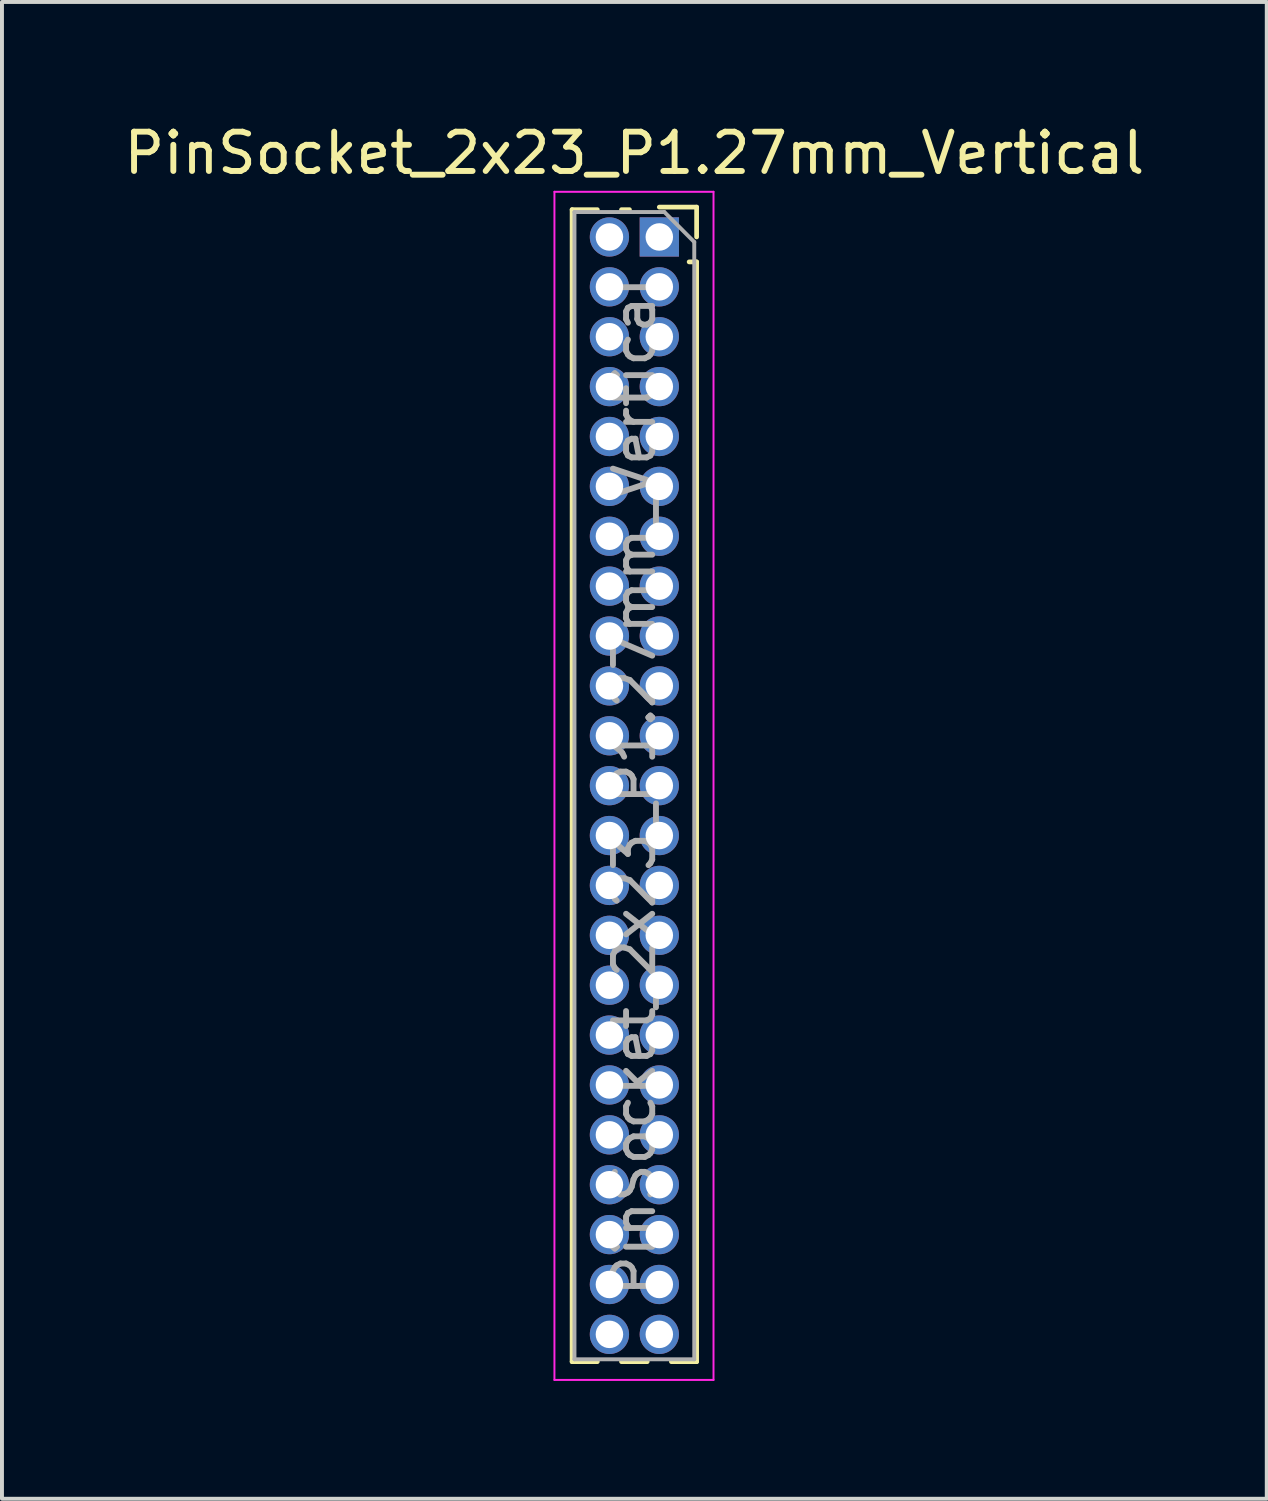
<source format=kicad_pcb>
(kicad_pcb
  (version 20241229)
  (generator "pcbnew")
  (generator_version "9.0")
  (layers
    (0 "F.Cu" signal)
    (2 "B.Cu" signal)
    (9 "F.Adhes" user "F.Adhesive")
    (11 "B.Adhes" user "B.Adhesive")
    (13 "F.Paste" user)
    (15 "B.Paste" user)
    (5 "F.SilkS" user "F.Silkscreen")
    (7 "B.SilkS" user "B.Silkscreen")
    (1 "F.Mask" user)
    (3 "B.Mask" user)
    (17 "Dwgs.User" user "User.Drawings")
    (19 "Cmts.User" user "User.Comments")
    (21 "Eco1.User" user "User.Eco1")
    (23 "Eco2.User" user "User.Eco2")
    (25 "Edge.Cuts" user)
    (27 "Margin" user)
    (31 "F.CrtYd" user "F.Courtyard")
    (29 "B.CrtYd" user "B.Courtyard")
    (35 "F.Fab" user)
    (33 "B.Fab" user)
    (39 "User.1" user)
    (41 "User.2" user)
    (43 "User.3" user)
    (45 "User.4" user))
  (footprint "PinSocket_2x23_P1.27mm_Vertical"
    (layer "F.Cu")
    (at 13.736 2.983)
    (property "Reference" "PinSocket_2x23_P1.27mm_Vertical" (at -0.635 -2.135 0) (layer "F.SilkS") (effects (font (size 1 1) (thickness 0.15))))
    (attr through_hole)
    (fp_line (start -2.22 -0.695) (end -2.22 28.635) (stroke (width 0.12) (type solid)) (layer "F.SilkS"))
    (fp_line (start -2.22 -0.695) (end -1.578 -0.695) (stroke (width 0.12) (type solid)) (layer "F.SilkS"))
    (fp_line (start -2.22 28.635) (end -1.578 28.635) (stroke (width 0.12) (type solid)) (layer "F.SilkS"))
    (fp_line (start -0.962 -0.695) (end -0.76 -0.695) (stroke (width 0.12) (type solid)) (layer "F.SilkS"))
    (fp_line (start -0.962 28.635) (end -0.308 28.635) (stroke (width 0.12) (type solid)) (layer "F.SilkS"))
    (fp_line (start 0 -0.76) (end 0.95 -0.76) (stroke (width 0.12) (type solid)) (layer "F.SilkS"))
    (fp_line (start 0.308 28.635) (end 0.95 28.635) (stroke (width 0.12) (type solid)) (layer "F.SilkS"))
    (fp_line (start 0.76 0.635) (end 0.95 0.635) (stroke (width 0.12) (type solid)) (layer "F.SilkS"))
    (fp_line (start 0.95 -0.76) (end 0.95 0) (stroke (width 0.12) (type solid)) (layer "F.SilkS"))
    (fp_line (start 0.95 0.635) (end 0.95 28.635) (stroke (width 0.12) (type solid)) (layer "F.SilkS"))
    (fp_line (start -2.67 -1.15) (end 1.38 -1.15) (stroke (width 0.05) (type solid)) (layer "F.CrtYd"))
    (fp_line (start -2.67 29.1) (end -2.67 -1.15) (stroke (width 0.05) (type solid)) (layer "F.CrtYd"))
    (fp_line (start 1.38 -1.15) (end 1.38 29.1) (stroke (width 0.05) (type solid)) (layer "F.CrtYd"))
    (fp_line (start 1.38 29.1) (end -2.67 29.1) (stroke (width 0.05) (type solid)) (layer "F.CrtYd"))
    (fp_line (start -2.16 -0.635) (end 0.128 -0.635) (stroke (width 0.1) (type solid)) (layer "F.Fab"))
    (fp_line (start -2.16 28.575) (end -2.16 -0.635) (stroke (width 0.1) (type solid)) (layer "F.Fab"))
    (fp_line (start 0.128 -0.635) (end 0.89 0.128) (stroke (width 0.1) (type solid)) (layer "F.Fab"))
    (fp_line (start 0.89 0.128) (end 0.89 28.575) (stroke (width 0.1) (type solid)) (layer "F.Fab"))
    (fp_line (start 0.89 28.575) (end -2.16 28.575) (stroke (width 0.1) (type solid)) (layer "F.Fab"))
    (fp_text user "${REFERENCE}" (at -0.635 13.97 90) (layer "F.Fab") (effects (font (size 1 1) (thickness 0.15))))
    (pad "1" thru_hole rect (at 0 0) (size 1 1) (drill 0.7) (layers "*.Cu" "*.Mask"))
    (pad "2" thru_hole circle (at -1.27 0) (size 1 1) (drill 0.7) (layers "*.Cu" "*.Mask"))
    (pad "3" thru_hole circle (at 0 1.27) (size 1 1) (drill 0.7) (layers "*.Cu" "*.Mask"))
    (pad "4" thru_hole circle (at -1.27 1.27) (size 1 1) (drill 0.7) (layers "*.Cu" "*.Mask"))
    (pad "5" thru_hole circle (at 0 2.54) (size 1 1) (drill 0.7) (layers "*.Cu" "*.Mask"))
    (pad "6" thru_hole circle (at -1.27 2.54) (size 1 1) (drill 0.7) (layers "*.Cu" "*.Mask"))
    (pad "7" thru_hole circle (at 0 3.81) (size 1 1) (drill 0.7) (layers "*.Cu" "*.Mask"))
    (pad "8" thru_hole circle (at -1.27 3.81) (size 1 1) (drill 0.7) (layers "*.Cu" "*.Mask"))
    (pad "9" thru_hole circle (at 0 5.08) (size 1 1) (drill 0.7) (layers "*.Cu" "*.Mask"))
    (pad "10" thru_hole circle (at -1.27 5.08) (size 1 1) (drill 0.7) (layers "*.Cu" "*.Mask"))
    (pad "11" thru_hole circle (at 0 6.35) (size 1 1) (drill 0.7) (layers "*.Cu" "*.Mask"))
    (pad "12" thru_hole circle (at -1.27 6.35) (size 1 1) (drill 0.7) (layers "*.Cu" "*.Mask"))
    (pad "13" thru_hole circle (at 0 7.62) (size 1 1) (drill 0.7) (layers "*.Cu" "*.Mask"))
    (pad "14" thru_hole circle (at -1.27 7.62) (size 1 1) (drill 0.7) (layers "*.Cu" "*.Mask"))
    (pad "15" thru_hole circle (at 0 8.89) (size 1 1) (drill 0.7) (layers "*.Cu" "*.Mask"))
    (pad "16" thru_hole circle (at -1.27 8.89) (size 1 1) (drill 0.7) (layers "*.Cu" "*.Mask"))
    (pad "17" thru_hole circle (at 0 10.16) (size 1 1) (drill 0.7) (layers "*.Cu" "*.Mask"))
    (pad "18" thru_hole circle (at -1.27 10.16) (size 1 1) (drill 0.7) (layers "*.Cu" "*.Mask"))
    (pad "19" thru_hole circle (at 0 11.43) (size 1 1) (drill 0.7) (layers "*.Cu" "*.Mask"))
    (pad "20" thru_hole circle (at -1.27 11.43) (size 1 1) (drill 0.7) (layers "*.Cu" "*.Mask"))
    (pad "21" thru_hole circle (at 0 12.7) (size 1 1) (drill 0.7) (layers "*.Cu" "*.Mask"))
    (pad "22" thru_hole circle (at -1.27 12.7) (size 1 1) (drill 0.7) (layers "*.Cu" "*.Mask"))
    (pad "23" thru_hole circle (at 0 13.97) (size 1 1) (drill 0.7) (layers "*.Cu" "*.Mask"))
    (pad "24" thru_hole circle (at -1.27 13.97) (size 1 1) (drill 0.7) (layers "*.Cu" "*.Mask"))
    (pad "25" thru_hole circle (at 0 15.24) (size 1 1) (drill 0.7) (layers "*.Cu" "*.Mask"))
    (pad "26" thru_hole circle (at -1.27 15.24) (size 1 1) (drill 0.7) (layers "*.Cu" "*.Mask"))
    (pad "27" thru_hole circle (at 0 16.51) (size 1 1) (drill 0.7) (layers "*.Cu" "*.Mask"))
    (pad "28" thru_hole circle (at -1.27 16.51) (size 1 1) (drill 0.7) (layers "*.Cu" "*.Mask"))
    (pad "29" thru_hole circle (at 0 17.78) (size 1 1) (drill 0.7) (layers "*.Cu" "*.Mask"))
    (pad "30" thru_hole circle (at -1.27 17.78) (size 1 1) (drill 0.7) (layers "*.Cu" "*.Mask"))
    (pad "31" thru_hole circle (at 0 19.05) (size 1 1) (drill 0.7) (layers "*.Cu" "*.Mask"))
    (pad "32" thru_hole circle (at -1.27 19.05) (size 1 1) (drill 0.7) (layers "*.Cu" "*.Mask"))
    (pad "33" thru_hole circle (at 0 20.32) (size 1 1) (drill 0.7) (layers "*.Cu" "*.Mask"))
    (pad "34" thru_hole circle (at -1.27 20.32) (size 1 1) (drill 0.7) (layers "*.Cu" "*.Mask"))
    (pad "35" thru_hole circle (at 0 21.59) (size 1 1) (drill 0.7) (layers "*.Cu" "*.Mask"))
    (pad "36" thru_hole circle (at -1.27 21.59) (size 1 1) (drill 0.7) (layers "*.Cu" "*.Mask"))
    (pad "37" thru_hole circle (at 0 22.86) (size 1 1) (drill 0.7) (layers "*.Cu" "*.Mask"))
    (pad "38" thru_hole circle (at -1.27 22.86) (size 1 1) (drill 0.7) (layers "*.Cu" "*.Mask"))
    (pad "39" thru_hole circle (at 0 24.13) (size 1 1) (drill 0.7) (layers "*.Cu" "*.Mask"))
    (pad "40" thru_hole circle (at -1.27 24.13) (size 1 1) (drill 0.7) (layers "*.Cu" "*.Mask"))
    (pad "41" thru_hole circle (at 0 25.4) (size 1 1) (drill 0.7) (layers "*.Cu" "*.Mask"))
    (pad "42" thru_hole circle (at -1.27 25.4) (size 1 1) (drill 0.7) (layers "*.Cu" "*.Mask"))
    (pad "43" thru_hole circle (at 0 26.67) (size 1 1) (drill 0.7) (layers "*.Cu" "*.Mask"))
    (pad "44" thru_hole circle (at -1.27 26.67) (size 1 1) (drill 0.7) (layers "*.Cu" "*.Mask"))
    (pad "45" thru_hole circle (at 0 27.94) (size 1 1) (drill 0.7) (layers "*.Cu" "*.Mask"))
    (pad "46" thru_hole circle (at -1.27 27.94) (size 1 1) (drill 0.7) (layers "*.Cu" "*.Mask")))
  (gr_rect
    (start -3 -3)
    (end 29.202 35.108)
    (stroke (width 0.1) (type default))
    (fill no)
    (layer "Edge.Cuts")))
</source>
